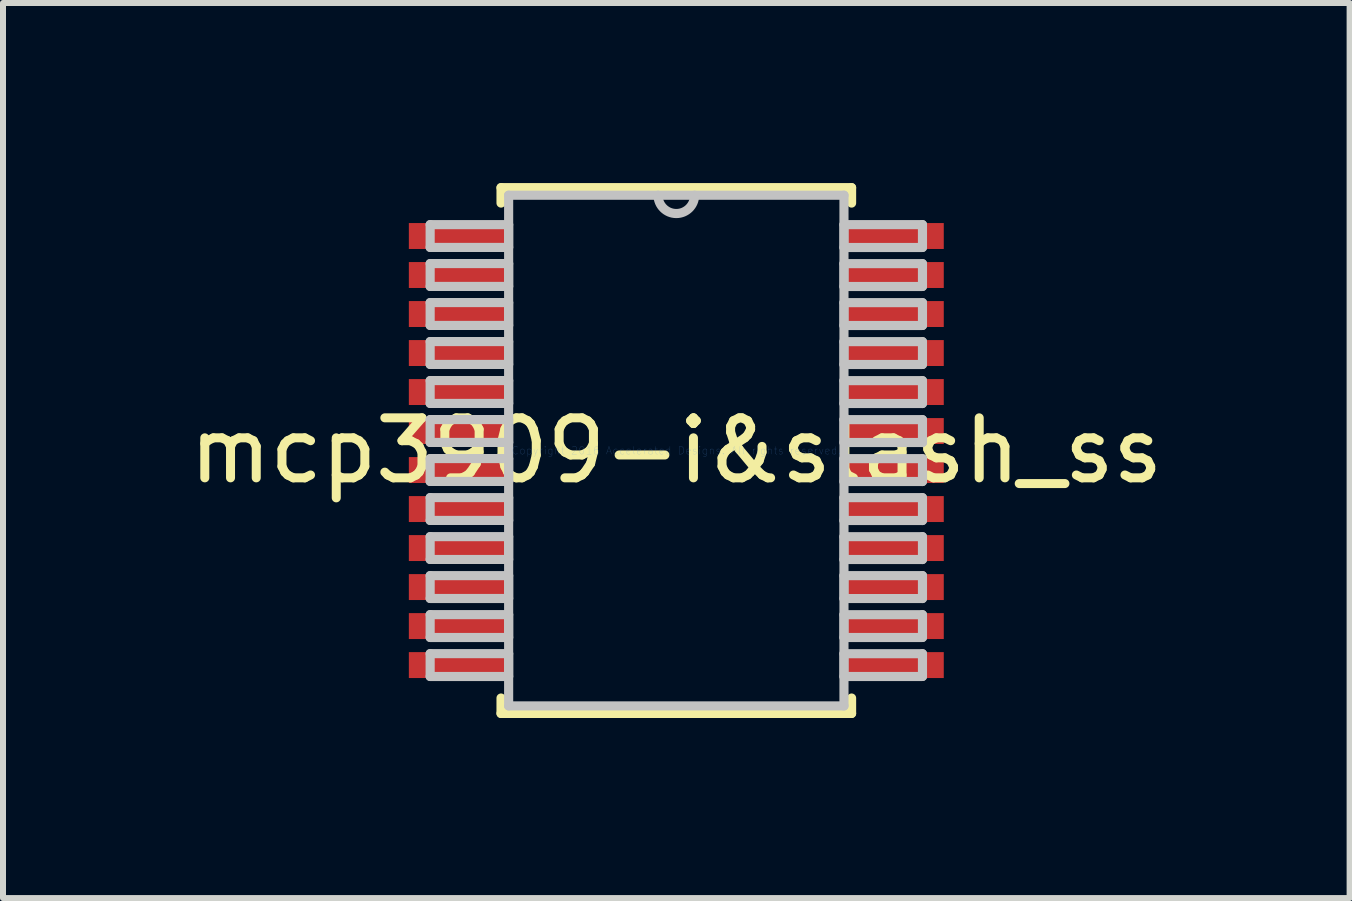
<source format=kicad_pcb>
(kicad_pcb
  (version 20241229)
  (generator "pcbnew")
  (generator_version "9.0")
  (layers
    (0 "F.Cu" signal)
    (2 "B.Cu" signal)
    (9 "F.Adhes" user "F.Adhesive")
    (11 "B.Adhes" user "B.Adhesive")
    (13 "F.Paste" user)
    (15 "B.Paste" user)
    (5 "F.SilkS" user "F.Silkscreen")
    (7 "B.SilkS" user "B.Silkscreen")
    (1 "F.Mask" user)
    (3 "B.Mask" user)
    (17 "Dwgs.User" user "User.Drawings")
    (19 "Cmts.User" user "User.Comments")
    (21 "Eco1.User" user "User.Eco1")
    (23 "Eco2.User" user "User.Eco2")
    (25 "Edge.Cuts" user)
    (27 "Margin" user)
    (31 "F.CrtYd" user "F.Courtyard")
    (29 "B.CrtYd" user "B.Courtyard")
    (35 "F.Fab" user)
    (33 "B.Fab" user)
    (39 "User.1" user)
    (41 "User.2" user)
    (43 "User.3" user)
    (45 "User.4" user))
  (footprint "mcp3909-i&slash_ss"
    (layer "F.Cu")
    (at 8.22 4.458)
    (property "Reference" "mcp3909-i&slash_ss" (at 0 0 0) (layer "F.SilkS") (effects (font (size 1 1) (thickness 0.15))))
    (attr through_hole)
    (fp_line (start -2.921 -4.381) (end -2.921 -4.124) (stroke (width 0.152) (type solid)) (layer "F.SilkS"))
    (fp_line (start -2.921 4.124) (end -2.921 4.381) (stroke (width 0.152) (type solid)) (layer "F.SilkS"))
    (fp_line (start -2.921 4.381) (end 2.921 4.381) (stroke (width 0.152) (type solid)) (layer "F.SilkS"))
    (fp_line (start 2.921 -4.381) (end -2.921 -4.381) (stroke (width 0.152) (type solid)) (layer "F.SilkS"))
    (fp_line (start 2.921 -4.124) (end 2.921 -4.381) (stroke (width 0.152) (type solid)) (layer "F.SilkS"))
    (fp_line (start 2.921 4.381) (end 2.921 4.124) (stroke (width 0.152) (type solid)) (layer "F.SilkS"))
    (fp_line (start -4.102 -3.765) (end -4.102 -3.385) (stroke (width 0.152) (type solid)) (layer "Dwgs.User"))
    (fp_line (start -4.102 -3.385) (end -2.794 -3.385) (stroke (width 0.152) (type solid)) (layer "Dwgs.User"))
    (fp_line (start -4.102 -3.116) (end -4.102 -2.735) (stroke (width 0.152) (type solid)) (layer "Dwgs.User"))
    (fp_line (start -4.102 -2.735) (end -2.794 -2.735) (stroke (width 0.152) (type solid)) (layer "Dwgs.User"))
    (fp_line (start -4.102 -2.466) (end -4.102 -2.085) (stroke (width 0.152) (type solid)) (layer "Dwgs.User"))
    (fp_line (start -4.102 -2.085) (end -2.794 -2.085) (stroke (width 0.152) (type solid)) (layer "Dwgs.User"))
    (fp_line (start -4.102 -1.816) (end -4.102 -1.435) (stroke (width 0.152) (type solid)) (layer "Dwgs.User"))
    (fp_line (start -4.102 -1.435) (end -2.794 -1.435) (stroke (width 0.152) (type solid)) (layer "Dwgs.User"))
    (fp_line (start -4.102 -1.166) (end -4.102 -0.785) (stroke (width 0.152) (type solid)) (layer "Dwgs.User"))
    (fp_line (start -4.102 -0.785) (end -2.794 -0.785) (stroke (width 0.152) (type solid)) (layer "Dwgs.User"))
    (fp_line (start -4.102 -0.516) (end -4.102 -0.135) (stroke (width 0.152) (type solid)) (layer "Dwgs.User"))
    (fp_line (start -4.102 -0.135) (end -2.794 -0.135) (stroke (width 0.152) (type solid)) (layer "Dwgs.User"))
    (fp_line (start -4.102 0.134) (end -4.102 0.515) (stroke (width 0.152) (type solid)) (layer "Dwgs.User"))
    (fp_line (start -4.102 0.515) (end -2.794 0.515) (stroke (width 0.152) (type solid)) (layer "Dwgs.User"))
    (fp_line (start -4.102 0.784) (end -4.102 1.165) (stroke (width 0.152) (type solid)) (layer "Dwgs.User"))
    (fp_line (start -4.102 1.165) (end -2.794 1.165) (stroke (width 0.152) (type solid)) (layer "Dwgs.User"))
    (fp_line (start -4.102 1.434) (end -4.102 1.815) (stroke (width 0.152) (type solid)) (layer "Dwgs.User"))
    (fp_line (start -4.102 1.815) (end -2.794 1.815) (stroke (width 0.152) (type solid)) (layer "Dwgs.User"))
    (fp_line (start -4.102 2.084) (end -4.102 2.465) (stroke (width 0.152) (type solid)) (layer "Dwgs.User"))
    (fp_line (start -4.102 2.465) (end -2.794 2.465) (stroke (width 0.152) (type solid)) (layer "Dwgs.User"))
    (fp_line (start -4.102 2.734) (end -4.102 3.115) (stroke (width 0.152) (type solid)) (layer "Dwgs.User"))
    (fp_line (start -4.102 3.115) (end -2.794 3.115) (stroke (width 0.152) (type solid)) (layer "Dwgs.User"))
    (fp_line (start -4.102 3.384) (end -4.102 3.765) (stroke (width 0.152) (type solid)) (layer "Dwgs.User"))
    (fp_line (start -4.102 3.765) (end -2.794 3.765) (stroke (width 0.152) (type solid)) (layer "Dwgs.User"))
    (fp_line (start -2.794 -4.255) (end -2.794 4.255) (stroke (width 0.152) (type solid)) (layer "Dwgs.User"))
    (fp_line (start -2.794 -3.765) (end -4.102 -3.765) (stroke (width 0.152) (type solid)) (layer "Dwgs.User"))
    (fp_line (start -2.794 -3.385) (end -2.794 -3.765) (stroke (width 0.152) (type solid)) (layer "Dwgs.User"))
    (fp_line (start -2.794 -3.116) (end -4.102 -3.116) (stroke (width 0.152) (type solid)) (layer "Dwgs.User"))
    (fp_line (start -2.794 -2.735) (end -2.794 -3.116) (stroke (width 0.152) (type solid)) (layer "Dwgs.User"))
    (fp_line (start -2.794 -2.466) (end -4.102 -2.466) (stroke (width 0.152) (type solid)) (layer "Dwgs.User"))
    (fp_line (start -2.794 -2.085) (end -2.794 -2.466) (stroke (width 0.152) (type solid)) (layer "Dwgs.User"))
    (fp_line (start -2.794 -1.816) (end -4.102 -1.816) (stroke (width 0.152) (type solid)) (layer "Dwgs.User"))
    (fp_line (start -2.794 -1.435) (end -2.794 -1.816) (stroke (width 0.152) (type solid)) (layer "Dwgs.User"))
    (fp_line (start -2.794 -1.166) (end -4.102 -1.166) (stroke (width 0.152) (type solid)) (layer "Dwgs.User"))
    (fp_line (start -2.794 -0.785) (end -2.794 -1.166) (stroke (width 0.152) (type solid)) (layer "Dwgs.User"))
    (fp_line (start -2.794 -0.516) (end -4.102 -0.516) (stroke (width 0.152) (type solid)) (layer "Dwgs.User"))
    (fp_line (start -2.794 -0.135) (end -2.794 -0.516) (stroke (width 0.152) (type solid)) (layer "Dwgs.User"))
    (fp_line (start -2.794 0.134) (end -4.102 0.134) (stroke (width 0.152) (type solid)) (layer "Dwgs.User"))
    (fp_line (start -2.794 0.515) (end -2.794 0.134) (stroke (width 0.152) (type solid)) (layer "Dwgs.User"))
    (fp_line (start -2.794 0.784) (end -4.102 0.784) (stroke (width 0.152) (type solid)) (layer "Dwgs.User"))
    (fp_line (start -2.794 1.165) (end -2.794 0.784) (stroke (width 0.152) (type solid)) (layer "Dwgs.User"))
    (fp_line (start -2.794 1.434) (end -4.102 1.434) (stroke (width 0.152) (type solid)) (layer "Dwgs.User"))
    (fp_line (start -2.794 1.815) (end -2.794 1.434) (stroke (width 0.152) (type solid)) (layer "Dwgs.User"))
    (fp_line (start -2.794 2.084) (end -4.102 2.084) (stroke (width 0.152) (type solid)) (layer "Dwgs.User"))
    (fp_line (start -2.794 2.465) (end -2.794 2.084) (stroke (width 0.152) (type solid)) (layer "Dwgs.User"))
    (fp_line (start -2.794 2.734) (end -4.102 2.734) (stroke (width 0.152) (type solid)) (layer "Dwgs.User"))
    (fp_line (start -2.794 3.115) (end -2.794 2.734) (stroke (width 0.152) (type solid)) (layer "Dwgs.User"))
    (fp_line (start -2.794 3.384) (end -4.102 3.384) (stroke (width 0.152) (type solid)) (layer "Dwgs.User"))
    (fp_line (start -2.794 3.765) (end -2.794 3.384) (stroke (width 0.152) (type solid)) (layer "Dwgs.User"))
    (fp_line (start -2.794 4.255) (end 2.794 4.255) (stroke (width 0.152) (type solid)) (layer "Dwgs.User"))
    (fp_line (start 2.794 -4.255) (end -2.794 -4.255) (stroke (width 0.152) (type solid)) (layer "Dwgs.User"))
    (fp_line (start 2.794 -3.765) (end 2.794 -3.384) (stroke (width 0.152) (type solid)) (layer "Dwgs.User"))
    (fp_line (start 2.794 -3.384) (end 4.102 -3.384) (stroke (width 0.152) (type solid)) (layer "Dwgs.User"))
    (fp_line (start 2.794 -3.115) (end 2.794 -2.734) (stroke (width 0.152) (type solid)) (layer "Dwgs.User"))
    (fp_line (start 2.794 -2.734) (end 4.102 -2.734) (stroke (width 0.152) (type solid)) (layer "Dwgs.User"))
    (fp_line (start 2.794 -2.465) (end 2.794 -2.084) (stroke (width 0.152) (type solid)) (layer "Dwgs.User"))
    (fp_line (start 2.794 -2.084) (end 4.102 -2.084) (stroke (width 0.152) (type solid)) (layer "Dwgs.User"))
    (fp_line (start 2.794 -1.815) (end 2.794 -1.434) (stroke (width 0.152) (type solid)) (layer "Dwgs.User"))
    (fp_line (start 2.794 -1.434) (end 4.102 -1.434) (stroke (width 0.152) (type solid)) (layer "Dwgs.User"))
    (fp_line (start 2.794 -1.165) (end 2.794 -0.784) (stroke (width 0.152) (type solid)) (layer "Dwgs.User"))
    (fp_line (start 2.794 -0.784) (end 4.102 -0.784) (stroke (width 0.152) (type solid)) (layer "Dwgs.User"))
    (fp_line (start 2.794 -0.515) (end 2.794 -0.134) (stroke (width 0.152) (type solid)) (layer "Dwgs.User"))
    (fp_line (start 2.794 -0.134) (end 4.102 -0.134) (stroke (width 0.152) (type solid)) (layer "Dwgs.User"))
    (fp_line (start 2.794 0.135) (end 2.794 0.516) (stroke (width 0.152) (type solid)) (layer "Dwgs.User"))
    (fp_line (start 2.794 0.516) (end 4.102 0.516) (stroke (width 0.152) (type solid)) (layer "Dwgs.User"))
    (fp_line (start 2.794 0.785) (end 2.794 1.166) (stroke (width 0.152) (type solid)) (layer "Dwgs.User"))
    (fp_line (start 2.794 1.166) (end 4.102 1.166) (stroke (width 0.152) (type solid)) (layer "Dwgs.User"))
    (fp_line (start 2.794 1.435) (end 2.794 1.816) (stroke (width 0.152) (type solid)) (layer "Dwgs.User"))
    (fp_line (start 2.794 1.816) (end 4.102 1.816) (stroke (width 0.152) (type solid)) (layer "Dwgs.User"))
    (fp_line (start 2.794 2.084) (end 2.794 2.466) (stroke (width 0.152) (type solid)) (layer "Dwgs.User"))
    (fp_line (start 2.794 2.466) (end 4.102 2.466) (stroke (width 0.152) (type solid)) (layer "Dwgs.User"))
    (fp_line (start 2.794 2.735) (end 2.794 3.115) (stroke (width 0.152) (type solid)) (layer "Dwgs.User"))
    (fp_line (start 2.794 3.115) (end 4.102 3.115) (stroke (width 0.152) (type solid)) (layer "Dwgs.User"))
    (fp_line (start 2.794 3.385) (end 2.794 3.765) (stroke (width 0.152) (type solid)) (layer "Dwgs.User"))
    (fp_line (start 2.794 3.765) (end 4.102 3.765) (stroke (width 0.152) (type solid)) (layer "Dwgs.User"))
    (fp_line (start 2.794 4.255) (end 2.794 -4.255) (stroke (width 0.152) (type solid)) (layer "Dwgs.User"))
    (fp_line (start 4.102 -3.765) (end 2.794 -3.765) (stroke (width 0.152) (type solid)) (layer "Dwgs.User"))
    (fp_line (start 4.102 -3.384) (end 4.102 -3.765) (stroke (width 0.152) (type solid)) (layer "Dwgs.User"))
    (fp_line (start 4.102 -3.115) (end 2.794 -3.115) (stroke (width 0.152) (type solid)) (layer "Dwgs.User"))
    (fp_line (start 4.102 -2.734) (end 4.102 -3.115) (stroke (width 0.152) (type solid)) (layer "Dwgs.User"))
    (fp_line (start 4.102 -2.465) (end 2.794 -2.465) (stroke (width 0.152) (type solid)) (layer "Dwgs.User"))
    (fp_line (start 4.102 -2.084) (end 4.102 -2.465) (stroke (width 0.152) (type solid)) (layer "Dwgs.User"))
    (fp_line (start 4.102 -1.815) (end 2.794 -1.815) (stroke (width 0.152) (type solid)) (layer "Dwgs.User"))
    (fp_line (start 4.102 -1.434) (end 4.102 -1.815) (stroke (width 0.152) (type solid)) (layer "Dwgs.User"))
    (fp_line (start 4.102 -1.165) (end 2.794 -1.165) (stroke (width 0.152) (type solid)) (layer "Dwgs.User"))
    (fp_line (start 4.102 -0.784) (end 4.102 -1.165) (stroke (width 0.152) (type solid)) (layer "Dwgs.User"))
    (fp_line (start 4.102 -0.515) (end 2.794 -0.515) (stroke (width 0.152) (type solid)) (layer "Dwgs.User"))
    (fp_line (start 4.102 -0.134) (end 4.102 -0.515) (stroke (width 0.152) (type solid)) (layer "Dwgs.User"))
    (fp_line (start 4.102 0.135) (end 2.794 0.135) (stroke (width 0.152) (type solid)) (layer "Dwgs.User"))
    (fp_line (start 4.102 0.516) (end 4.102 0.135) (stroke (width 0.152) (type solid)) (layer "Dwgs.User"))
    (fp_line (start 4.102 0.785) (end 2.794 0.785) (stroke (width 0.152) (type solid)) (layer "Dwgs.User"))
    (fp_line (start 4.102 1.166) (end 4.102 0.785) (stroke (width 0.152) (type solid)) (layer "Dwgs.User"))
    (fp_line (start 4.102 1.435) (end 2.794 1.435) (stroke (width 0.152) (type solid)) (layer "Dwgs.User"))
    (fp_line (start 4.102 1.816) (end 4.102 1.435) (stroke (width 0.152) (type solid)) (layer "Dwgs.User"))
    (fp_line (start 4.102 2.084) (end 2.794 2.084) (stroke (width 0.152) (type solid)) (layer "Dwgs.User"))
    (fp_line (start 4.102 2.466) (end 4.102 2.084) (stroke (width 0.152) (type solid)) (layer "Dwgs.User"))
    (fp_line (start 4.102 2.735) (end 2.794 2.735) (stroke (width 0.152) (type solid)) (layer "Dwgs.User"))
    (fp_line (start 4.102 3.115) (end 4.102 2.735) (stroke (width 0.152) (type solid)) (layer "Dwgs.User"))
    (fp_line (start 4.102 3.385) (end 2.794 3.385) (stroke (width 0.152) (type solid)) (layer "Dwgs.User"))
    (fp_line (start 4.102 3.765) (end 4.102 3.385) (stroke (width 0.152) (type solid)) (layer "Dwgs.User"))
    (fp_arc (start 0.3048 -4.2545) (mid 0 -3.9497) (end -0.3048 -4.2545) (stroke (width 0.1524) (type solid)) (layer "Dwgs.User"))
    (fp_text user "Copyright 2016 Accelerated Designs. All rights reserved." (at 0 0 0) (layer "Cmts.User") (effects (font (size 0.127 0.127) (thickness 0.002))))
    (pad "1" smd rect (at -3.619 -3.575) (size 1.676 0.432) (layers "F.Cu" "F.Mask" "F.Paste"))
    (pad "2" smd rect (at -3.619 -2.925) (size 1.676 0.432) (layers "F.Cu" "F.Mask" "F.Paste"))
    (pad "3" smd rect (at -3.619 -2.275) (size 1.676 0.432) (layers "F.Cu" "F.Mask" "F.Paste"))
    (pad "4" smd rect (at -3.619 -1.625) (size 1.676 0.432) (layers "F.Cu" "F.Mask" "F.Paste"))
    (pad "5" smd rect (at -3.619 -0.975) (size 1.676 0.432) (layers "F.Cu" "F.Mask" "F.Paste"))
    (pad "6" smd rect (at -3.619 -0.325) (size 1.676 0.432) (layers "F.Cu" "F.Mask" "F.Paste"))
    (pad "7" smd rect (at -3.619 0.325) (size 1.676 0.432) (layers "F.Cu" "F.Mask" "F.Paste"))
    (pad "8" smd rect (at -3.619 0.975) (size 1.676 0.432) (layers "F.Cu" "F.Mask" "F.Paste"))
    (pad "9" smd rect (at -3.619 1.625) (size 1.676 0.432) (layers "F.Cu" "F.Mask" "F.Paste"))
    (pad "10" smd rect (at -3.619 2.275) (size 1.676 0.432) (layers "F.Cu" "F.Mask" "F.Paste"))
    (pad "11" smd rect (at -3.619 2.925) (size 1.676 0.432) (layers "F.Cu" "F.Mask" "F.Paste"))
    (pad "12" smd rect (at -3.619 3.575) (size 1.676 0.432) (layers "F.Cu" "F.Mask" "F.Paste"))
    (pad "13" smd rect (at 3.619 3.575) (size 1.676 0.432) (layers "F.Cu" "F.Mask" "F.Paste"))
    (pad "14" smd rect (at 3.619 2.925) (size 1.676 0.432) (layers "F.Cu" "F.Mask" "F.Paste"))
    (pad "15" smd rect (at 3.619 2.275) (size 1.676 0.432) (layers "F.Cu" "F.Mask" "F.Paste"))
    (pad "16" smd rect (at 3.619 1.625) (size 1.676 0.432) (layers "F.Cu" "F.Mask" "F.Paste"))
    (pad "17" smd rect (at 3.619 0.975) (size 1.676 0.432) (layers "F.Cu" "F.Mask" "F.Paste"))
    (pad "18" smd rect (at 3.619 0.325) (size 1.676 0.432) (layers "F.Cu" "F.Mask" "F.Paste"))
    (pad "19" smd rect (at 3.619 -0.325) (size 1.676 0.432) (layers "F.Cu" "F.Mask" "F.Paste"))
    (pad "20" smd rect (at 3.619 -0.975) (size 1.676 0.432) (layers "F.Cu" "F.Mask" "F.Paste"))
    (pad "21" smd rect (at 3.619 -1.625) (size 1.676 0.432) (layers "F.Cu" "F.Mask" "F.Paste"))
    (pad "22" smd rect (at 3.619 -2.275) (size 1.676 0.432) (layers "F.Cu" "F.Mask" "F.Paste"))
    (pad "23" smd rect (at 3.619 -2.925) (size 1.676 0.432) (layers "F.Cu" "F.Mask" "F.Paste"))
    (pad "24" smd rect (at 3.619 -3.575) (size 1.676 0.432) (layers "F.Cu" "F.Mask" "F.Paste")))
  (gr_rect
    (start -3 -3)
    (end 19.44 11.915)
    (stroke (width 0.1) (type default))
    (fill no)
    (layer "Edge.Cuts")))
</source>
